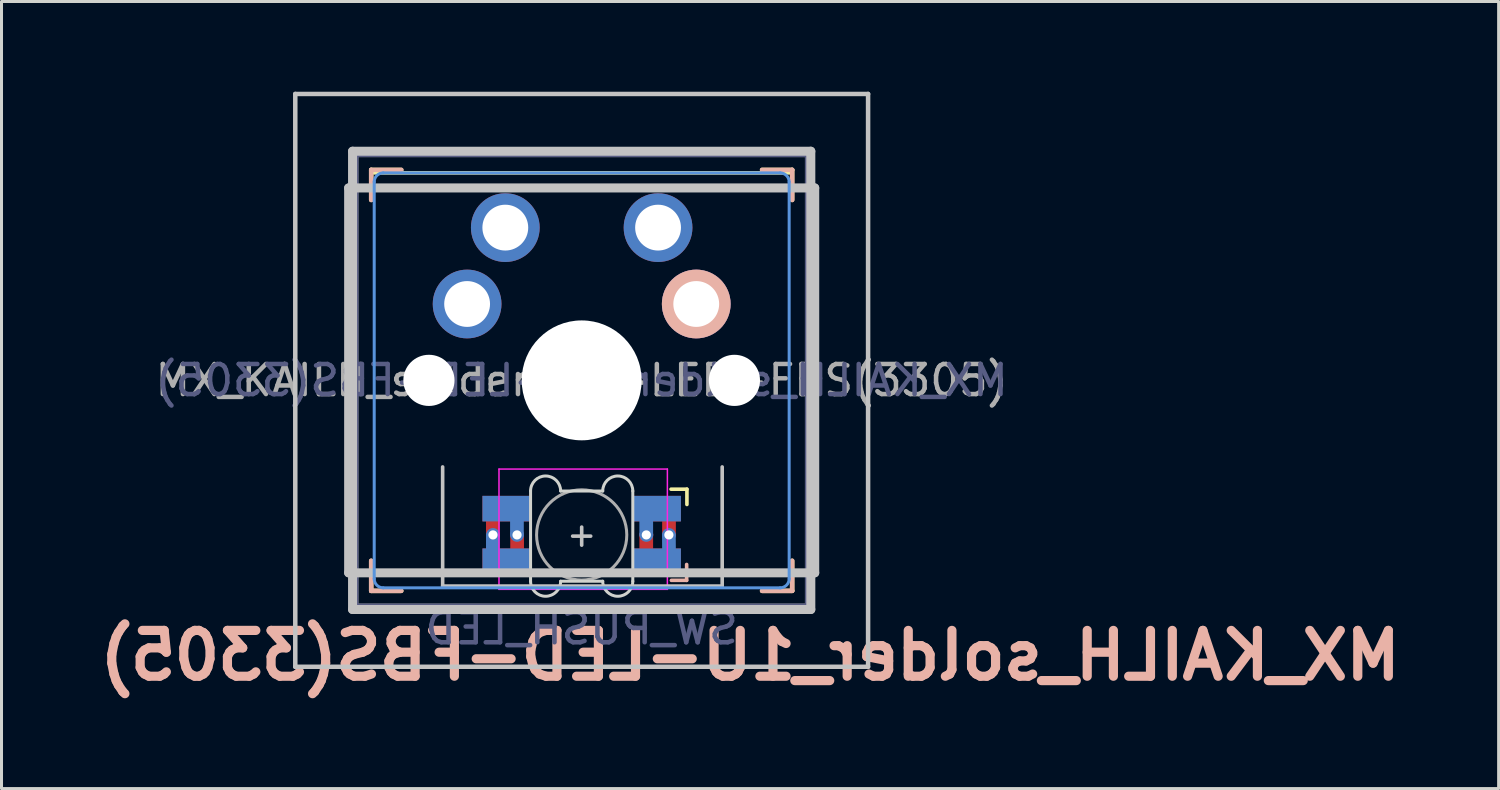
<source format=kicad_pcb>
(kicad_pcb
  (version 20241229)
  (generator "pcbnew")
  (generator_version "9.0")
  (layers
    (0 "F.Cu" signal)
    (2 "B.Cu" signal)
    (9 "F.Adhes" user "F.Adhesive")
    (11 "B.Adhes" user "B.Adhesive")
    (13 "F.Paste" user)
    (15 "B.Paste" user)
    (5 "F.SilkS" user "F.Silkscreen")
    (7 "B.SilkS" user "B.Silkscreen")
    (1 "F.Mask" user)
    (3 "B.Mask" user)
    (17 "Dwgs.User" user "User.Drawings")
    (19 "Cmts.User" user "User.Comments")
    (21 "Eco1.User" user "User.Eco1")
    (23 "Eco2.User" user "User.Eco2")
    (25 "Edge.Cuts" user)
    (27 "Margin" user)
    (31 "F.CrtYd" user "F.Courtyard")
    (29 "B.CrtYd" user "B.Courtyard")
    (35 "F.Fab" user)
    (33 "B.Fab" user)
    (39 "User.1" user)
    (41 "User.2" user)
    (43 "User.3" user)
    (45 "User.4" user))
  (footprint "MX_KAILH_solder_1U-LED-FBS(3305)"
    (layer "F.Cu")
    (at 16.295 9.6)
    (property "Reference" "MX_KAILH_solder_1U-LED-FBS(3305)" (at 5.6 9.15 0) (layer "B.SilkS") (effects (font (size 1.524 1.524) (thickness 0.305)) (justify mirror)))
    (property "Value" "SW_PUSH_LED" (at -3.5 9 0) (layer "B.SilkS") (hide yes) (effects (font (size 1.524 1.524) (thickness 0.305)) (justify mirror)))
    (attr through_hole)
    (fp_poly (pts (xy -3.25 3.89) (xy -1.75 3.89) (xy -1.75 4.64) (xy -3.25 4.64)) (stroke (width 0.1) (type solid)) (fill yes) (layer "F.Mask"))
    (fp_poly (pts (xy -3.25 5.64) (xy -1.75 5.64) (xy -1.75 6.39) (xy -3.25 6.39)) (stroke (width 0.1) (type solid)) (fill yes) (layer "F.Mask"))
    (fp_poly (pts (xy 1.75 5.64) (xy 3.25 5.64) (xy 3.25 6.39) (xy 1.75 6.39)) (stroke (width 0.1) (type solid)) (fill yes) (layer "F.Mask"))
    (fp_poly (pts (xy 1.75 3.89) (xy 2.85 3.89) (xy 3.25 4.29) (xy 3.25 4.64) (xy 1.75 4.64)) (stroke (width 0.1) (type solid)) (fill yes) (layer "F.Mask"))
    (fp_poly (pts (xy -3.25 3.89) (xy -1.75 3.89) (xy -1.75 4.64) (xy -3.25 4.64)) (stroke (width 0.1) (type solid)) (fill yes) (layer "B.Mask"))
    (fp_poly (pts (xy -3.25 5.64) (xy -1.75 5.64) (xy -1.75 6.39) (xy -3.25 6.39)) (stroke (width 0.1) (type solid)) (fill yes) (layer "B.Mask"))
    (fp_poly (pts (xy 1.75 3.89) (xy 3.25 3.89) (xy 3.25 4.64) (xy 1.75 4.64)) (stroke (width 0.1) (type solid)) (fill yes) (layer "B.Mask"))
    (fp_poly (pts (xy 1.75 5.64) (xy 3.25 5.64) (xy 3.25 5.965) (xy 2.85 6.39) (xy 1.75 6.39)) (stroke (width 0.1) (type solid)) (fill yes) (layer "B.Mask"))
    (fp_line (start -7 -7) (end -6 -7) (stroke (width 0.15) (type solid)) (layer "F.SilkS"))
    (fp_line (start -7 -6) (end -7 -7) (stroke (width 0.15) (type solid)) (layer "F.SilkS"))
    (fp_line (start -7 7) (end -7 6) (stroke (width 0.15) (type solid)) (layer "F.SilkS"))
    (fp_line (start -6 7) (end -7 7) (stroke (width 0.15) (type solid)) (layer "F.SilkS"))
    (fp_line (start 3.5 3.619) (end 2.972 3.619) (stroke (width 0.12) (type solid)) (layer "F.SilkS"))
    (fp_line (start 3.5 4.127) (end 3.5 3.619) (stroke (width 0.12) (type solid)) (layer "F.SilkS"))
    (fp_line (start 6 -7) (end 7 -7) (stroke (width 0.15) (type solid)) (layer "F.SilkS"))
    (fp_line (start 6.9 -6.9) (end -6.9 -6.9) (stroke (width 0.12) (type solid)) (layer "F.SilkS"))
    (fp_line (start 7 -7) (end 7 -6) (stroke (width 0.15) (type solid)) (layer "F.SilkS"))
    (fp_line (start 7 6) (end 7 7) (stroke (width 0.15) (type solid)) (layer "F.SilkS"))
    (fp_line (start 7 7) (end 6 7) (stroke (width 0.15) (type solid)) (layer "F.SilkS"))
    (fp_line (start -7 -7) (end -6 -7) (stroke (width 0.15) (type solid)) (layer "B.SilkS"))
    (fp_line (start -7 -6) (end -7 -7) (stroke (width 0.15) (type solid)) (layer "B.SilkS"))
    (fp_line (start -7 7) (end -7 6) (stroke (width 0.15) (type solid)) (layer "B.SilkS"))
    (fp_line (start -6 7) (end -7 7) (stroke (width 0.15) (type solid)) (layer "B.SilkS"))
    (fp_line (start 2.983 6.651) (end 3.491 6.651) (stroke (width 0.12) (type solid)) (layer "B.SilkS"))
    (fp_line (start 3.491 6.651) (end 3.491 6.123) (stroke (width 0.12) (type solid)) (layer "B.SilkS"))
    (fp_line (start 6 -7) (end 7 -7) (stroke (width 0.15) (type solid)) (layer "B.SilkS"))
    (fp_line (start 7 -7) (end 7 -6) (stroke (width 0.15) (type solid)) (layer "B.SilkS"))
    (fp_line (start 7 6) (end 7 7) (stroke (width 0.15) (type solid)) (layer "B.SilkS"))
    (fp_line (start 7 7) (end 6 7) (stroke (width 0.15) (type solid)) (layer "B.SilkS"))
    (fp_line (start -9.525 -9.525) (end 9.525 -9.525) (stroke (width 0.15) (type solid)) (layer "Dwgs.User"))
    (fp_line (start -9.525 9.525) (end -9.525 -9.525) (stroke (width 0.15) (type solid)) (layer "Dwgs.User"))
    (fp_line (start -7.75 6.4) (end -7.75 -6.4) (stroke (width 0.3) (type solid)) (layer "Dwgs.User"))
    (fp_line (start -7.75 6.4) (end 7.75 6.4) (stroke (width 0.3) (type solid)) (layer "Dwgs.User"))
    (fp_line (start -7.62 -7.62) (end 7.62 -7.62) (stroke (width 0.3) (type solid)) (layer "Dwgs.User"))
    (fp_line (start -7.62 7.62) (end -7.62 -7.62) (stroke (width 0.3) (type solid)) (layer "Dwgs.User"))
    (fp_line (start -4.624 6.842) (end -4.624 2.879) (stroke (width 0.12) (type solid)) (layer "Dwgs.User"))
    (fp_line (start -4.624 6.842) (end 4.673 6.842) (stroke (width 0.12) (type solid)) (layer "Dwgs.User"))
    (fp_line (start -0.3 5.18) (end 0.3 5.18) (stroke (width 0.12) (type solid)) (layer "Dwgs.User"))
    (fp_line (start 0 5.48) (end 0 4.88) (stroke (width 0.12) (type solid)) (layer "Dwgs.User"))
    (fp_line (start 4.673 6.842) (end 4.673 2.879) (stroke (width 0.12) (type solid)) (layer "Dwgs.User"))
    (fp_line (start 7.62 -7.62) (end 7.62 7.62) (stroke (width 0.3) (type solid)) (layer "Dwgs.User"))
    (fp_line (start 7.62 7.62) (end -7.62 7.62) (stroke (width 0.3) (type solid)) (layer "Dwgs.User"))
    (fp_line (start 7.75 -6.4) (end -7.75 -6.4) (stroke (width 0.3) (type solid)) (layer "Dwgs.User"))
    (fp_line (start 7.75 6.4) (end 7.75 -6.4) (stroke (width 0.3) (type solid)) (layer "Dwgs.User"))
    (fp_line (start 9.525 -9.525) (end 9.525 9.525) (stroke (width 0.15) (type solid)) (layer "Dwgs.User"))
    (fp_line (start 9.525 9.525) (end -9.525 9.525) (stroke (width 0.15) (type solid)) (layer "Dwgs.User"))
    (fp_line (start -6.9 -6.6) (end -6.9 6.6) (stroke (width 0.1) (type solid)) (layer "Cmts.User"))
    (fp_line (start -6.6 6.9) (end 6.6 6.9) (stroke (width 0.1) (type solid)) (layer "Cmts.User"))
    (fp_line (start 6.6 -6.9) (end -6.6 -6.9) (stroke (width 0.1) (type solid)) (layer "Cmts.User"))
    (fp_line (start 6.9 6.6) (end 6.9 -6.6) (stroke (width 0.1) (type solid)) (layer "Cmts.User"))
    (fp_arc (start -6.9 -6.6) (mid -6.812132 -6.812132) (end -6.6 -6.9) (stroke (width 0.1) (type solid)) (layer "Cmts.User"))
    (fp_arc (start -6.6 6.9) (mid -6.812132 6.812132) (end -6.9 6.6) (stroke (width 0.1) (type solid)) (layer "Cmts.User"))
    (fp_arc (start 6.6 -6.9) (mid 6.812132 -6.812132) (end 6.9 -6.6) (stroke (width 0.1) (type solid)) (layer "Cmts.User"))
    (fp_arc (start 6.9 6.6) (mid 6.812132 6.812132) (end 6.6 6.9) (stroke (width 0.1) (type solid)) (layer "Cmts.User"))
    (fp_line (start -6.95 -6.65) (end -6.95 6.65) (stroke (width 0.1) (type solid)) (layer "Eco1.User"))
    (fp_line (start -6.65 6.95) (end 6.65 6.95) (stroke (width 0.1) (type solid)) (layer "Eco1.User"))
    (fp_line (start 6.65 -6.95) (end -6.65 -6.95) (stroke (width 0.1) (type solid)) (layer "Eco1.User"))
    (fp_line (start 6.95 -6.65) (end 6.95 6.65) (stroke (width 0.1) (type solid)) (layer "Eco1.User"))
    (fp_arc (start -6.65 6.95) (mid -6.862132 6.862132) (end -6.95 6.65) (stroke (width 0.1) (type solid)) (layer "Eco1.User"))
    (fp_arc (start 6.65 -6.95) (mid 6.862132 -6.862132) (end 6.95 -6.65) (stroke (width 0.1) (type solid)) (layer "Eco1.User"))
    (fp_arc (start 6.95 6.65) (mid 6.862132 6.862132) (end 6.65 6.95) (stroke (width 0.1) (type solid)) (layer "Eco1.User"))
    (fp_line (start -9 -9) (end 9 -9) (stroke (width 0.12) (type solid)) (layer "Eco2.User"))
    (fp_line (start -9 9) (end -9 -9) (stroke (width 0.12) (type solid)) (layer "Eco2.User"))
    (fp_line (start -6.9 6.9) (end -6.9 -6.9) (stroke (width 0.15) (type solid)) (layer "Eco2.User"))
    (fp_line (start -6.9 6.9) (end 6.9 6.9) (stroke (width 0.15) (type solid)) (layer "Eco2.User"))
    (fp_line (start 6.9 -6.9) (end -6.9 -6.9) (stroke (width 0.15) (type solid)) (layer "Eco2.User"))
    (fp_line (start 6.9 -6.9) (end 6.9 6.9) (stroke (width 0.15) (type solid)) (layer "Eco2.User"))
    (fp_line (start 9 -9) (end 9 9) (stroke (width 0.12) (type solid)) (layer "Eco2.User"))
    (fp_line (start 9 9) (end -9 9) (stroke (width 0.12) (type solid)) (layer "Eco2.User"))
    (fp_line (start -1.7 3.68) (end -1.7 6.68) (stroke (width 0.1) (type solid)) (layer "Edge.Cuts"))
    (fp_line (start -0.7 3.68) (end 0.7 3.68) (stroke (width 0.1) (type solid)) (layer "Edge.Cuts"))
    (fp_line (start -0.7 6.68) (end 0.7 6.68) (stroke (width 0.1) (type solid)) (layer "Edge.Cuts"))
    (fp_line (start 1.7 6.68) (end 1.7 3.68) (stroke (width 0.1) (type solid)) (layer "Edge.Cuts"))
    (fp_arc (start -1.7 3.68) (mid -1.2 3.18) (end -0.7 3.68) (stroke (width 0.1) (type solid)) (layer "Edge.Cuts"))
    (fp_arc (start -0.7 6.68) (mid -1.2 7.18) (end -1.7 6.68) (stroke (width 0.1) (type solid)) (layer "Edge.Cuts"))
    (fp_arc (start 0.7 3.68) (mid 1.2 3.18) (end 1.7 3.68) (stroke (width 0.1) (type solid)) (layer "Edge.Cuts"))
    (fp_arc (start 1.7 6.68) (mid 1.2 7.18) (end 0.7 6.68) (stroke (width 0.1) (type solid)) (layer "Edge.Cuts"))
    (fp_line (start -2.75 2.95) (end -2.75 6.95) (stroke (width 0.05) (type solid)) (layer "F.CrtYd"))
    (fp_line (start -2.75 6.95) (end 2.85 6.95) (stroke (width 0.05) (type solid)) (layer "F.CrtYd"))
    (fp_line (start 2.85 2.95) (end -2.75 2.95) (stroke (width 0.05) (type solid)) (layer "F.CrtYd"))
    (fp_line (start 2.85 6.95) (end 2.85 2.95) (stroke (width 0.05) (type solid)) (layer "F.CrtYd"))
    (fp_line (start -7.5 -7.5) (end 7.5 -7.5) (stroke (width 0.15) (type solid)) (layer "B.Fab"))
    (fp_line (start -7.5 7.5) (end -7.5 -7.5) (stroke (width 0.15) (type solid)) (layer "B.Fab"))
    (fp_line (start 7.5 -7.5) (end 7.5 7.5) (stroke (width 0.15) (type solid)) (layer "B.Fab"))
    (fp_line (start 7.5 7.5) (end -7.5 7.5) (stroke (width 0.15) (type solid)) (layer "B.Fab"))
    (fp_line (start -7.5 -7.5) (end 7.5 -7.5) (stroke (width 0.15) (type solid)) (layer "F.Fab"))
    (fp_line (start -7.5 7.5) (end -7.5 -7.5) (stroke (width 0.15) (type solid)) (layer "F.Fab"))
    (fp_line (start 7.5 -7.5) (end 7.5 7.5) (stroke (width 0.15) (type solid)) (layer "F.Fab"))
    (fp_line (start 7.5 7.5) (end -7.5 7.5) (stroke (width 0.15) (type solid)) (layer "F.Fab"))
    (fp_circle (center 0 5.14) (end 0 3.64) (stroke (width 0.1) (type solid)) (fill no) (layer "F.Fab"))
    (fp_text user "${VALUE}" (at 0 8.255 0) (layer "B.Fab") (effects (font (size 1 1) (thickness 0.15)) (justify mirror)))
    (fp_text user "${REFERENCE}" (at 0 0 0) (layer "B.Fab") (effects (font (size 1 1) (thickness 0.15)) (justify mirror)))
    (fp_text user "${REFERENCE}" (at 0 0 0) (layer "F.Fab") (effects (font (size 1 1) (thickness 0.15))))
    (pad "" np_thru_hole circle (at -5.08 0) (size 1.702 1.702) (drill 1.702) (layers "*.Cu" "*.Mask"))
    (pad "" np_thru_hole circle (at 0 0) (size 3.988 3.988) (drill 3.988) (layers "*.Cu" "*.Mask"))
    (pad "" np_thru_hole circle (at 5.08 0) (size 1.702 1.702) (drill 1.702) (layers "*.Cu" "*.Mask"))
    (pad "1" smd custom (at -2.5 4.265) (size 1.6 0.85) (layers "B.Cu") (options (anchor rect)) (primitives (gr_poly (pts (xy 0.525 0.896) (xy 0.169 0.896) (xy 0.169 0.325) (xy 0.525 0.325)) (width 0.1) (fill yes))))
    (pad "1" smd custom (at -2.5 6.015) (size 1.6 0.85) (layers "F.Cu") (options (anchor rect)) (primitives (gr_poly (pts (xy 0.531 -0.275) (xy 0.175 -0.275) (xy 0.175 -0.898) (xy 0.531 -0.898)) (width 0.1) (fill yes))))
    (pad "1" thru_hole circle (at -2.15 5.14 180) (size 0.457 0.457) (drill 0.305) (layers "*.Cu"))
    (pad "2" thru_hole circle (at -2.95 5.14 180) (size 0.457 0.457) (drill 0.305) (layers "*.Cu"))
    (pad "2" smd custom (at -2.5 4.265 180) (size 1.6 0.85) (layers "F.Cu") (options (anchor rect)) (primitives (gr_poly (pts (xy 0.632 -0.296) (xy 0.277 -0.296) (xy 0.277 -0.869) (xy 0.632 -0.869)) (width 0.1) (fill yes))))
    (pad "2" smd custom (at -2.5 6.015 180) (size 1.6 0.85) (layers "B.Cu") (options (anchor rect)) (primitives (gr_poly (pts (xy 0.632 0.888) (xy 0.277 0.888) (xy 0.277 0.325) (xy 0.632 0.325)) (width 0.1) (fill yes))))
    (pad "3" smd custom (at 2.5 4.265 180) (size 1.6 0.85) (layers "F.Cu") (options (anchor rect)) (primitives (gr_poly (pts (xy -0.226 -0.354) (xy -0.582 -0.354) (xy -0.582 -0.887) (xy -0.226 -0.887)) (width 0.1) (fill yes))))
    (pad "3" smd custom (at 2.5 6.015 180) (size 1.6 0.85) (layers "B.Cu") (options (anchor rect)) (primitives (gr_poly (pts (xy -0.222 0.888) (xy -0.578 0.888) (xy -0.582 0.325) (xy -0.226 0.325)) (width 0.1) (fill yes))))
    (pad "3" thru_hole circle (at 2.9 5.14 180) (size 0.457 0.457) (drill 0.305) (layers "*.Cu"))
    (pad "4" thru_hole circle (at 2.15 5.14 180) (size 0.457 0.457) (drill 0.305) (layers "*.Cu"))
    (pad "4" smd custom (at 2.5 4.265) (size 1.6 0.85) (layers "B.Cu") (options (anchor rect)) (primitives (gr_poly (pts (xy -0.175 0.886) (xy -0.531 0.886) (xy -0.531 0.175) (xy -0.175 0.175)) (width 0.1) (fill yes))))
    (pad "4" smd custom (at 2.5 6.015) (size 1.6 0.85) (layers "F.Cu") (options (anchor rect)) (primitives (gr_poly (pts (xy -0.175 -0.175) (xy -0.531 -0.178) (xy -0.531 -0.903) (xy -0.175 -0.906)) (width 0.1) (fill yes))))
    (pad "5" thru_hole circle (at -3.81 -2.54) (size 2.286 2.286) (drill 1.524) (layers "*.Cu" "*.Mask"))
    (pad "5" thru_hole circle (at -2.54 -5.08) (size 2.286 2.286) (drill 1.524) (layers "*.Cu" "*.Mask"))
    (pad "6" thru_hole circle (at 2.54 -5.08) (size 2.286 2.286) (drill 1.524) (layers "*.Cu" "*.Mask"))
    (pad "6" thru_hole circle (at 3.81 -2.54) (size 2.286 2.286) (drill 1.524) (layers "*.Cu" "*.Mask" "B.SilkS")))
  (gr_rect
    (start -3 -3)
    (end 46.79 23.176)
    (stroke (width 0.1) (type default))
    (fill no)
    (layer "Edge.Cuts")))
</source>
